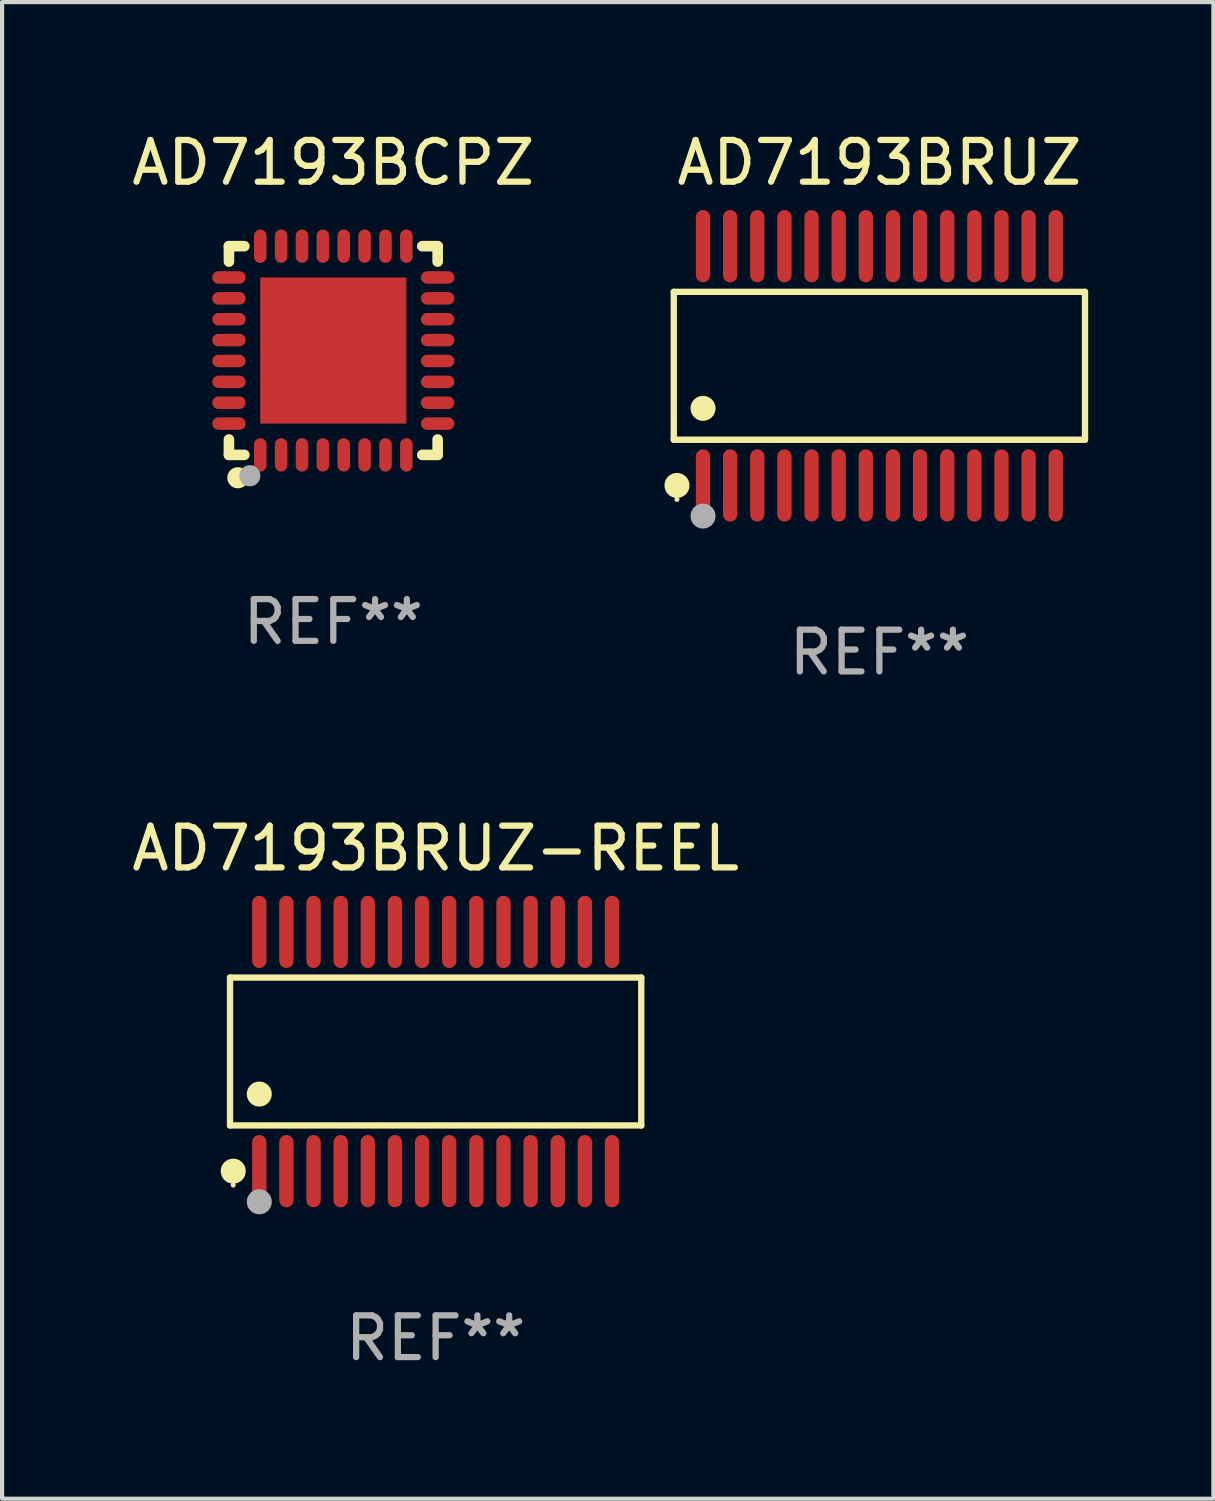
<source format=kicad_pcb>
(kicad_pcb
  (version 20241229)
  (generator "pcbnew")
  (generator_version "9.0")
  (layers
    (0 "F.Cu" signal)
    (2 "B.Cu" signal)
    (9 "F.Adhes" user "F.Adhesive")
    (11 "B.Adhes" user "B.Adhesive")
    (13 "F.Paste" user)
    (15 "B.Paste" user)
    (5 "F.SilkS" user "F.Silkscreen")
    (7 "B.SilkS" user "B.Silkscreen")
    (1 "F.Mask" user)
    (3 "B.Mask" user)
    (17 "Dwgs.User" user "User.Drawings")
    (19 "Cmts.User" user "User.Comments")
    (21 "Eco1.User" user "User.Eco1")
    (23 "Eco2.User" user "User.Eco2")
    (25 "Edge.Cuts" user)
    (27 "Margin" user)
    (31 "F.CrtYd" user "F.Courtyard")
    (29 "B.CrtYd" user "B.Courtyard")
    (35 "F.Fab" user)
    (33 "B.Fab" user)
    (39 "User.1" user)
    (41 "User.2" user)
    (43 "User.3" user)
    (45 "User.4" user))
  (footprint "AD7193BCPZ"
    (layer "F.Cu")
    (at 4.935 5.348)
    (property "Reference" "AD7193BCPZ" (at 0 -4.5 0) (layer "F.SilkS") (effects (font (size 1 1) (thickness 0.15))))
    (attr through_hole)
    (fp_line (start -2.5 -2.5) (end -2.131 -2.5) (stroke (width 0.254) (type solid)) (layer "F.SilkS"))
    (fp_line (start -2.5 -2.131) (end -2.5 -2.5) (stroke (width 0.254) (type solid)) (layer "F.SilkS"))
    (fp_line (start -2.5 2.5) (end -2.5 2.131) (stroke (width 0.254) (type solid)) (layer "F.SilkS"))
    (fp_line (start -2.131 2.5) (end -2.5 2.5) (stroke (width 0.254) (type solid)) (layer "F.SilkS"))
    (fp_line (start 2.131 -2.5) (end 2.5 -2.5) (stroke (width 0.254) (type solid)) (layer "F.SilkS"))
    (fp_line (start 2.5 -2.5) (end 2.5 -2.131) (stroke (width 0.254) (type solid)) (layer "F.SilkS"))
    (fp_line (start 2.5 2.131) (end 2.5 2.5) (stroke (width 0.254) (type solid)) (layer "F.SilkS"))
    (fp_line (start 2.5 2.5) (end 2.131 2.5) (stroke (width 0.254) (type solid)) (layer "F.SilkS"))
    (fp_circle (center -2.5 2.5) (end -2.47 2.5) (stroke (width 0.06) (type solid)) (fill no) (layer "F.SilkS"))
    (fp_circle (center -2.286 3.048) (end -2.159 3.048) (stroke (width 0.254) (type solid)) (fill no) (layer "F.SilkS"))
    (fp_circle (center -2 3) (end -1.873 3) (stroke (width 0.254) (type solid)) (fill no) (layer "F.Fab"))
    (fp_text user "REF**" (at 0 6.5 0) (layer "F.Fab") (effects (font (size 1 1) (thickness 0.15))))
    (pad "1" smd oval (at -1.75 2.5 90) (size 0.8 0.3) (layers "F.Cu" "F.Mask" "F.Paste"))
    (pad "2" smd oval (at -1.25 2.5 90) (size 0.8 0.3) (layers "F.Cu" "F.Mask" "F.Paste"))
    (pad "3" smd oval (at -0.75 2.5 90) (size 0.8 0.3) (layers "F.Cu" "F.Mask" "F.Paste"))
    (pad "4" smd oval (at -0.25 2.5 90) (size 0.8 0.3) (layers "F.Cu" "F.Mask" "F.Paste"))
    (pad "5" smd oval (at 0.25 2.5 90) (size 0.8 0.3) (layers "F.Cu" "F.Mask" "F.Paste"))
    (pad "6" smd oval (at 0.75 2.5 90) (size 0.8 0.3) (layers "F.Cu" "F.Mask" "F.Paste"))
    (pad "7" smd oval (at 1.25 2.5 90) (size 0.8 0.3) (layers "F.Cu" "F.Mask" "F.Paste"))
    (pad "8" smd oval (at 1.75 2.5 90) (size 0.8 0.3) (layers "F.Cu" "F.Mask" "F.Paste"))
    (pad "9" smd oval (at 2.5 1.75 180) (size 0.8 0.3) (layers "F.Cu" "F.Mask" "F.Paste"))
    (pad "10" smd oval (at 2.5 1.25 180) (size 0.8 0.3) (layers "F.Cu" "F.Mask" "F.Paste"))
    (pad "11" smd oval (at 2.5 0.75 180) (size 0.8 0.3) (layers "F.Cu" "F.Mask" "F.Paste"))
    (pad "12" smd oval (at 2.5 0.25 180) (size 0.8 0.3) (layers "F.Cu" "F.Mask" "F.Paste"))
    (pad "13" smd oval (at 2.5 -0.25 180) (size 0.8 0.3) (layers "F.Cu" "F.Mask" "F.Paste"))
    (pad "14" smd oval (at 2.5 -0.75 180) (size 0.8 0.3) (layers "F.Cu" "F.Mask" "F.Paste"))
    (pad "15" smd oval (at 2.5 -1.25 180) (size 0.8 0.3) (layers "F.Cu" "F.Mask" "F.Paste"))
    (pad "16" smd oval (at 2.5 -1.75 180) (size 0.8 0.3) (layers "F.Cu" "F.Mask" "F.Paste"))
    (pad "17" smd oval (at 1.75 -2.5 270) (size 0.8 0.3) (layers "F.Cu" "F.Mask" "F.Paste"))
    (pad "18" smd oval (at 1.25 -2.5 270) (size 0.8 0.3) (layers "F.Cu" "F.Mask" "F.Paste"))
    (pad "19" smd oval (at 0.75 -2.5 270) (size 0.8 0.3) (layers "F.Cu" "F.Mask" "F.Paste"))
    (pad "20" smd oval (at 0.25 -2.5 270) (size 0.8 0.3) (layers "F.Cu" "F.Mask" "F.Paste"))
    (pad "21" smd oval (at -0.25 -2.5 270) (size 0.8 0.3) (layers "F.Cu" "F.Mask" "F.Paste"))
    (pad "22" smd oval (at -0.75 -2.5 270) (size 0.8 0.3) (layers "F.Cu" "F.Mask" "F.Paste"))
    (pad "23" smd oval (at -1.25 -2.5 270) (size 0.8 0.3) (layers "F.Cu" "F.Mask" "F.Paste"))
    (pad "24" smd oval (at -1.75 -2.5 270) (size 0.8 0.3) (layers "F.Cu" "F.Mask" "F.Paste"))
    (pad "25" smd oval (at -2.5 -1.75) (size 0.8 0.3) (layers "F.Cu" "F.Mask" "F.Paste"))
    (pad "26" smd oval (at -2.5 -1.25) (size 0.8 0.3) (layers "F.Cu" "F.Mask" "F.Paste"))
    (pad "27" smd oval (at -2.5 -0.75) (size 0.8 0.3) (layers "F.Cu" "F.Mask" "F.Paste"))
    (pad "28" smd oval (at -2.5 -0.25) (size 0.8 0.3) (layers "F.Cu" "F.Mask" "F.Paste"))
    (pad "29" smd oval (at -2.5 0.25) (size 0.8 0.3) (layers "F.Cu" "F.Mask" "F.Paste"))
    (pad "30" smd oval (at -2.5 0.75) (size 0.8 0.3) (layers "F.Cu" "F.Mask" "F.Paste"))
    (pad "31" smd oval (at -2.5 1.25) (size 0.8 0.3) (layers "F.Cu" "F.Mask" "F.Paste"))
    (pad "32" smd oval (at -2.5 1.75) (size 0.8 0.3) (layers "F.Cu" "F.Mask" "F.Paste"))
    (pad "33" smd rect (at -0.000127 0.000127 90) (size 3.5 3.5) (layers "F.Cu" "F.Mask" "F.Paste")))
  (footprint "AD7193BRUZ-REEL"
    (layer "F.Cu")
    (at 7.387 22.142)
    (property "Reference" "AD7193BRUZ-REEL" (at 0 -4.866 0) (layer "F.SilkS") (effects (font (size 1 1) (thickness 0.15))))
    (attr through_hole)
    (fp_line (start -4.926 -1.772) (end 4.926 -1.772) (stroke (width 0.152) (type solid)) (layer "F.SilkS"))
    (fp_line (start -4.926 1.771) (end -4.926 -1.772) (stroke (width 0.152) (type solid)) (layer "F.SilkS"))
    (fp_line (start 4.926 -1.772) (end 4.926 1.771) (stroke (width 0.152) (type solid)) (layer "F.SilkS"))
    (fp_line (start 4.926 1.771) (end -4.926 1.771) (stroke (width 0.152) (type solid)) (layer "F.SilkS"))
    (fp_circle (center -4.85 3.2) (end -4.82 3.2) (stroke (width 0.06) (type solid)) (fill no) (layer "F.SilkS"))
    (fp_circle (center -4.849 2.866) (end -4.699 2.866) (stroke (width 0.3) (type solid)) (fill no) (layer "F.SilkS"))
    (fp_circle (center -4.225 1.019) (end -4.075 1.019) (stroke (width 0.3) (type solid)) (fill no) (layer "F.SilkS"))
    (fp_circle (center -4.225 3.6) (end -4.075 3.6) (stroke (width 0.3) (type solid)) (fill no) (layer "F.Fab"))
    (fp_text user "REF**" (at 0 6.866 0) (layer "F.Fab") (effects (font (size 1 1) (thickness 0.15))))
    (pad "1" smd oval (at -4.225 2.866) (size 0.343 1.731) (layers "F.Cu" "F.Mask" "F.Paste"))
    (pad "2" smd oval (at -3.575 2.866) (size 0.343 1.731) (layers "F.Cu" "F.Mask" "F.Paste"))
    (pad "3" smd oval (at -2.925 2.866) (size 0.343 1.731) (layers "F.Cu" "F.Mask" "F.Paste"))
    (pad "4" smd oval (at -2.275 2.866) (size 0.343 1.731) (layers "F.Cu" "F.Mask" "F.Paste"))
    (pad "5" smd oval (at -1.625 2.866) (size 0.343 1.731) (layers "F.Cu" "F.Mask" "F.Paste"))
    (pad "6" smd oval (at -0.975 2.866) (size 0.343 1.731) (layers "F.Cu" "F.Mask" "F.Paste"))
    (pad "7" smd oval (at -0.325 2.866) (size 0.343 1.731) (layers "F.Cu" "F.Mask" "F.Paste"))
    (pad "8" smd oval (at 0.325 2.866) (size 0.343 1.731) (layers "F.Cu" "F.Mask" "F.Paste"))
    (pad "9" smd oval (at 0.975 2.866) (size 0.343 1.731) (layers "F.Cu" "F.Mask" "F.Paste"))
    (pad "10" smd oval (at 1.625 2.866) (size 0.343 1.731) (layers "F.Cu" "F.Mask" "F.Paste"))
    (pad "11" smd oval (at 2.275 2.866) (size 0.343 1.731) (layers "F.Cu" "F.Mask" "F.Paste"))
    (pad "12" smd oval (at 2.925 2.866) (size 0.343 1.731) (layers "F.Cu" "F.Mask" "F.Paste"))
    (pad "13" smd oval (at 3.575 2.866) (size 0.343 1.731) (layers "F.Cu" "F.Mask" "F.Paste"))
    (pad "14" smd oval (at 4.225 2.866) (size 0.343 1.731) (layers "F.Cu" "F.Mask" "F.Paste"))
    (pad "15" smd oval (at 4.225 -2.866) (size 0.343 1.731) (layers "F.Cu" "F.Mask" "F.Paste"))
    (pad "16" smd oval (at 3.575 -2.866) (size 0.343 1.731) (layers "F.Cu" "F.Mask" "F.Paste"))
    (pad "17" smd oval (at 2.925 -2.866) (size 0.343 1.731) (layers "F.Cu" "F.Mask" "F.Paste"))
    (pad "18" smd oval (at 2.275 -2.866) (size 0.343 1.731) (layers "F.Cu" "F.Mask" "F.Paste"))
    (pad "19" smd oval (at 1.625 -2.866) (size 0.343 1.731) (layers "F.Cu" "F.Mask" "F.Paste"))
    (pad "20" smd oval (at 0.975 -2.866) (size 0.343 1.731) (layers "F.Cu" "F.Mask" "F.Paste"))
    (pad "21" smd oval (at 0.325 -2.866) (size 0.343 1.731) (layers "F.Cu" "F.Mask" "F.Paste"))
    (pad "22" smd oval (at -0.325 -2.866) (size 0.343 1.731) (layers "F.Cu" "F.Mask" "F.Paste"))
    (pad "23" smd oval (at -0.975 -2.866) (size 0.343 1.731) (layers "F.Cu" "F.Mask" "F.Paste"))
    (pad "24" smd oval (at -1.625 -2.866) (size 0.343 1.731) (layers "F.Cu" "F.Mask" "F.Paste"))
    (pad "25" smd oval (at -2.275 -2.866) (size 0.343 1.731) (layers "F.Cu" "F.Mask" "F.Paste"))
    (pad "26" smd oval (at -2.925 -2.866) (size 0.343 1.731) (layers "F.Cu" "F.Mask" "F.Paste"))
    (pad "27" smd oval (at -3.575 -2.866) (size 0.343 1.731) (layers "F.Cu" "F.Mask" "F.Paste"))
    (pad "28" smd oval (at -4.225 -2.866) (size 0.343 1.731) (layers "F.Cu" "F.Mask" "F.Paste")))
  (footprint "AD7193BRUZ"
    (layer "F.Cu")
    (at 18.018 5.714)
    (property "Reference" "AD7193BRUZ" (at 0 -4.866 0) (layer "F.SilkS") (effects (font (size 1 1) (thickness 0.15))))
    (attr through_hole)
    (fp_line (start -4.926 -1.772) (end 4.926 -1.772) (stroke (width 0.152) (type solid)) (layer "F.SilkS"))
    (fp_line (start -4.926 1.771) (end -4.926 -1.772) (stroke (width 0.152) (type solid)) (layer "F.SilkS"))
    (fp_line (start 4.926 -1.772) (end 4.926 1.771) (stroke (width 0.152) (type solid)) (layer "F.SilkS"))
    (fp_line (start 4.926 1.771) (end -4.926 1.771) (stroke (width 0.152) (type solid)) (layer "F.SilkS"))
    (fp_circle (center -4.85 3.2) (end -4.82 3.2) (stroke (width 0.06) (type solid)) (fill no) (layer "F.SilkS"))
    (fp_circle (center -4.849 2.866) (end -4.699 2.866) (stroke (width 0.3) (type solid)) (fill no) (layer "F.SilkS"))
    (fp_circle (center -4.225 1.019) (end -4.075 1.019) (stroke (width 0.3) (type solid)) (fill no) (layer "F.SilkS"))
    (fp_circle (center -4.225 3.6) (end -4.075 3.6) (stroke (width 0.3) (type solid)) (fill no) (layer "F.Fab"))
    (fp_text user "REF**" (at 0 6.866 0) (layer "F.Fab") (effects (font (size 1 1) (thickness 0.15))))
    (pad "1" smd oval (at -4.225 2.866) (size 0.343 1.731) (layers "F.Cu" "F.Mask" "F.Paste"))
    (pad "2" smd oval (at -3.575 2.866) (size 0.343 1.731) (layers "F.Cu" "F.Mask" "F.Paste"))
    (pad "3" smd oval (at -2.925 2.866) (size 0.343 1.731) (layers "F.Cu" "F.Mask" "F.Paste"))
    (pad "4" smd oval (at -2.275 2.866) (size 0.343 1.731) (layers "F.Cu" "F.Mask" "F.Paste"))
    (pad "5" smd oval (at -1.625 2.866) (size 0.343 1.731) (layers "F.Cu" "F.Mask" "F.Paste"))
    (pad "6" smd oval (at -0.975 2.866) (size 0.343 1.731) (layers "F.Cu" "F.Mask" "F.Paste"))
    (pad "7" smd oval (at -0.325 2.866) (size 0.343 1.731) (layers "F.Cu" "F.Mask" "F.Paste"))
    (pad "8" smd oval (at 0.325 2.866) (size 0.343 1.731) (layers "F.Cu" "F.Mask" "F.Paste"))
    (pad "9" smd oval (at 0.975 2.866) (size 0.343 1.731) (layers "F.Cu" "F.Mask" "F.Paste"))
    (pad "10" smd oval (at 1.625 2.866) (size 0.343 1.731) (layers "F.Cu" "F.Mask" "F.Paste"))
    (pad "11" smd oval (at 2.275 2.866) (size 0.343 1.731) (layers "F.Cu" "F.Mask" "F.Paste"))
    (pad "12" smd oval (at 2.925 2.866) (size 0.343 1.731) (layers "F.Cu" "F.Mask" "F.Paste"))
    (pad "13" smd oval (at 3.575 2.866) (size 0.343 1.731) (layers "F.Cu" "F.Mask" "F.Paste"))
    (pad "14" smd oval (at 4.225 2.866) (size 0.343 1.731) (layers "F.Cu" "F.Mask" "F.Paste"))
    (pad "15" smd oval (at 4.225 -2.866) (size 0.343 1.731) (layers "F.Cu" "F.Mask" "F.Paste"))
    (pad "16" smd oval (at 3.575 -2.866) (size 0.343 1.731) (layers "F.Cu" "F.Mask" "F.Paste"))
    (pad "17" smd oval (at 2.925 -2.866) (size 0.343 1.731) (layers "F.Cu" "F.Mask" "F.Paste"))
    (pad "18" smd oval (at 2.275 -2.866) (size 0.343 1.731) (layers "F.Cu" "F.Mask" "F.Paste"))
    (pad "19" smd oval (at 1.625 -2.866) (size 0.343 1.731) (layers "F.Cu" "F.Mask" "F.Paste"))
    (pad "20" smd oval (at 0.975 -2.866) (size 0.343 1.731) (layers "F.Cu" "F.Mask" "F.Paste"))
    (pad "21" smd oval (at 0.325 -2.866) (size 0.343 1.731) (layers "F.Cu" "F.Mask" "F.Paste"))
    (pad "22" smd oval (at -0.325 -2.866) (size 0.343 1.731) (layers "F.Cu" "F.Mask" "F.Paste"))
    (pad "23" smd oval (at -0.975 -2.866) (size 0.343 1.731) (layers "F.Cu" "F.Mask" "F.Paste"))
    (pad "24" smd oval (at -1.625 -2.866) (size 0.343 1.731) (layers "F.Cu" "F.Mask" "F.Paste"))
    (pad "25" smd oval (at -2.275 -2.866) (size 0.343 1.731) (layers "F.Cu" "F.Mask" "F.Paste"))
    (pad "26" smd oval (at -2.925 -2.866) (size 0.343 1.731) (layers "F.Cu" "F.Mask" "F.Paste"))
    (pad "27" smd oval (at -3.575 -2.866) (size 0.343 1.731) (layers "F.Cu" "F.Mask" "F.Paste"))
    (pad "28" smd oval (at -4.225 -2.866) (size 0.343 1.731) (layers "F.Cu" "F.Mask" "F.Paste")))
  (gr_rect
    (start -3 -3)
    (end 26.02 32.856)
    (stroke (width 0.1) (type default))
    (fill no)
    (layer "Edge.Cuts")))
</source>
